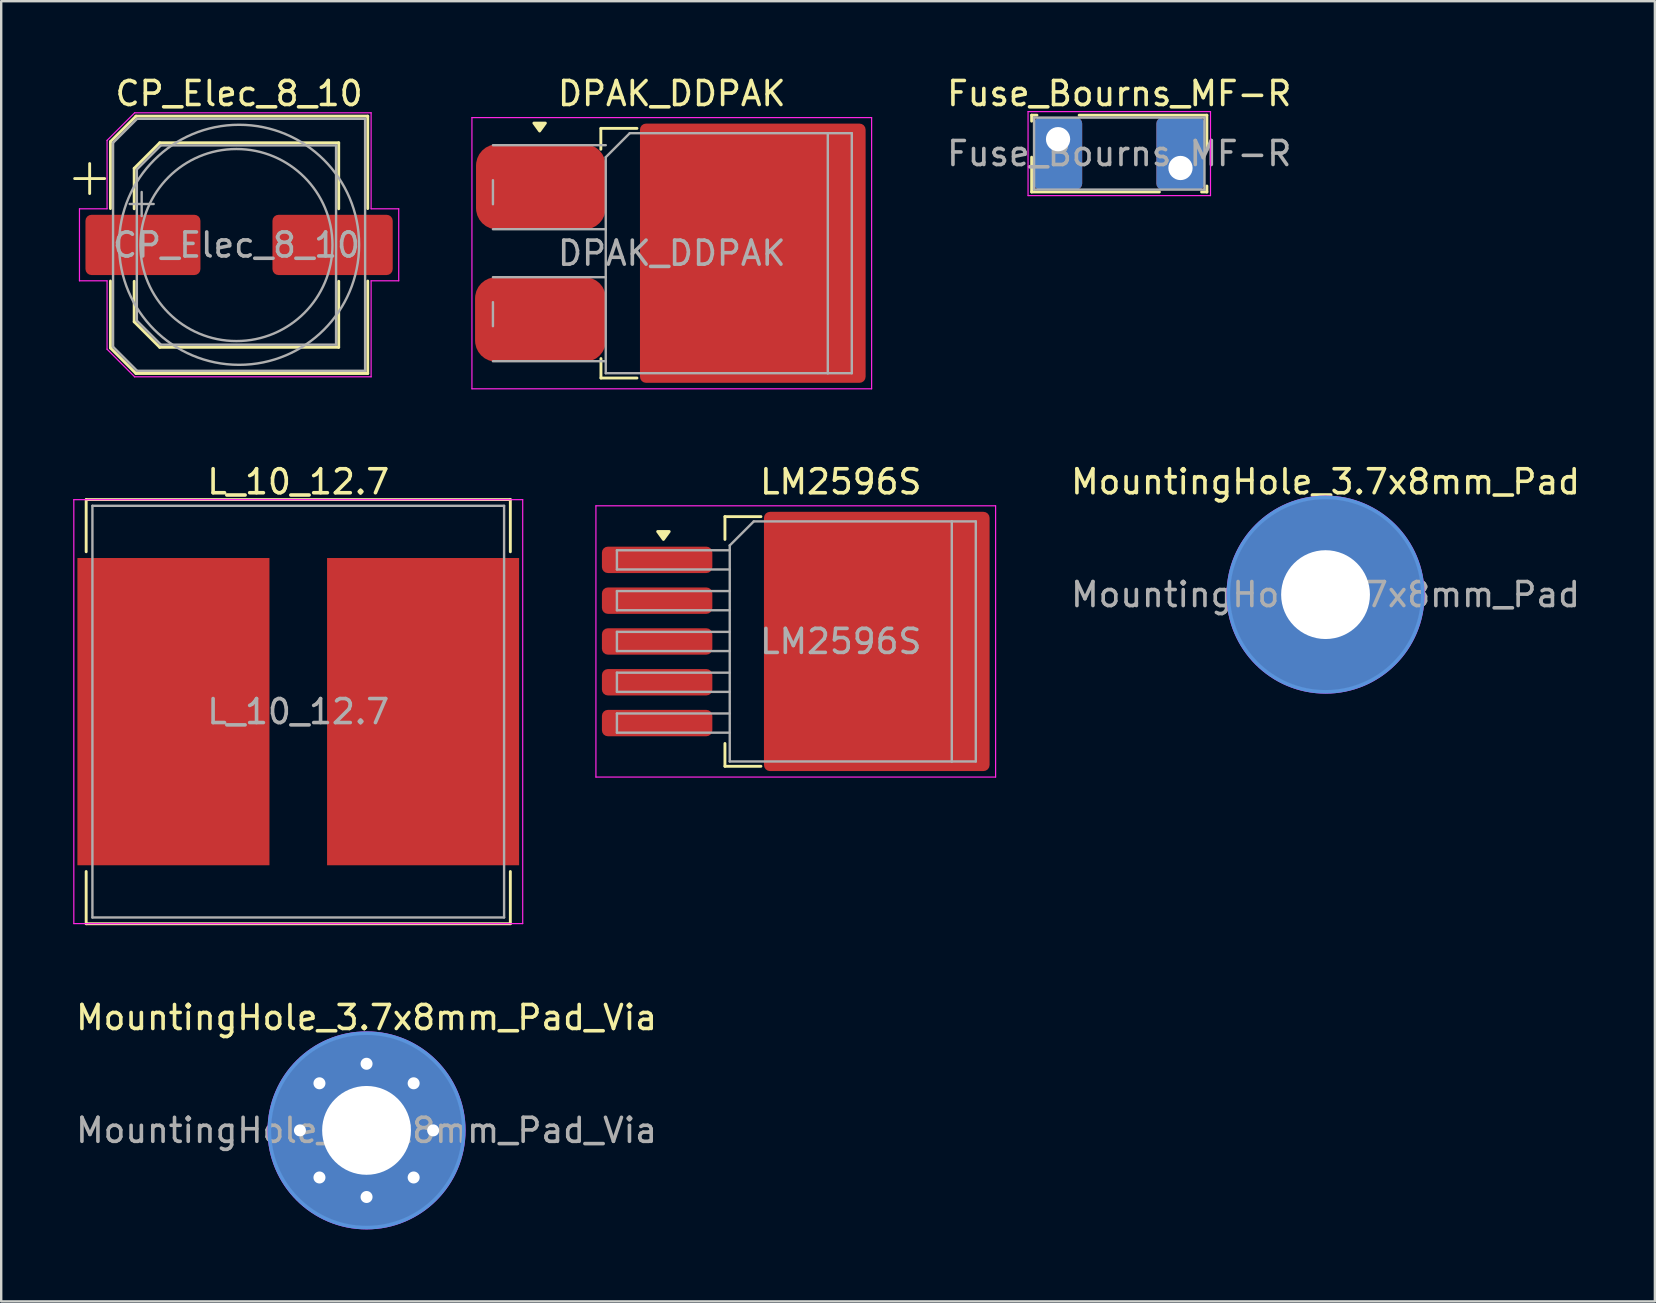
<source format=kicad_pcb>
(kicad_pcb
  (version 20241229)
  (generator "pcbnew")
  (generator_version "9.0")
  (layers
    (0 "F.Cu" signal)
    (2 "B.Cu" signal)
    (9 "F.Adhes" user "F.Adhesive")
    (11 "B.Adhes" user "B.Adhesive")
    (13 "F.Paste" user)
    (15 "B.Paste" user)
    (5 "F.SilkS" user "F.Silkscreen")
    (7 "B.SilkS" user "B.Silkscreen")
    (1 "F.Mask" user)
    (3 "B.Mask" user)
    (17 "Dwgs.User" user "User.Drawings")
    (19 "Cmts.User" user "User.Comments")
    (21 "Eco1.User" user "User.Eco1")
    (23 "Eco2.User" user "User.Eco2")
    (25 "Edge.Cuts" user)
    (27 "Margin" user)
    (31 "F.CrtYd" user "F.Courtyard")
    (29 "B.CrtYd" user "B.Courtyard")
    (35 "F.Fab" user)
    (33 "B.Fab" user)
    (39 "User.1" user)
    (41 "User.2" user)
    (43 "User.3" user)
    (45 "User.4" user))
  (footprint "LM2596S"
    (layer "F.Cu")
    (at 31.975 23.672)
    (property "Reference" "LM2596S" (at 0 -6.65 0) (layer "F.SilkS") (effects (font (size 1 1) (thickness 0.15))))
    (attr smd)
    (fp_line (start -4.825 -5.2) (end -4.825 -4.25) (stroke (width 0.12) (type solid)) (layer "F.SilkS"))
    (fp_line (start -4.825 5.2) (end -4.825 4.25) (stroke (width 0.12) (type solid)) (layer "F.SilkS"))
    (fp_line (start -3.325 -5.2) (end -4.825 -5.2) (stroke (width 0.12) (type solid)) (layer "F.SilkS"))
    (fp_line (start -3.325 5.2) (end -4.825 5.2) (stroke (width 0.12) (type solid)) (layer "F.SilkS"))
    (fp_poly (pts (xy -7.388 -4.25) (xy -7.628 -4.58) (xy -7.147 -4.58) (xy -7.388 -4.25)) (stroke (width 0.12) (type solid)) (fill yes) (layer "F.SilkS"))
    (fp_line (start -10.2 -5.65) (end -10.2 5.65) (stroke (width 0.05) (type solid)) (layer "F.CrtYd"))
    (fp_line (start -10.2 5.65) (end 6.45 5.65) (stroke (width 0.05) (type solid)) (layer "F.CrtYd"))
    (fp_line (start 6.45 -5.65) (end -10.2 -5.65) (stroke (width 0.05) (type solid)) (layer "F.CrtYd"))
    (fp_line (start 6.45 5.65) (end 6.45 -5.65) (stroke (width 0.05) (type solid)) (layer "F.CrtYd"))
    (fp_line (start -9.325 -3.8) (end -9.325 -3) (stroke (width 0.1) (type solid)) (layer "F.Fab"))
    (fp_line (start -9.325 -3) (end -4.625 -3) (stroke (width 0.1) (type solid)) (layer "F.Fab"))
    (fp_line (start -9.325 -2.1) (end -9.325 -1.3) (stroke (width 0.1) (type solid)) (layer "F.Fab"))
    (fp_line (start -9.325 -1.3) (end -4.625 -1.3) (stroke (width 0.1) (type solid)) (layer "F.Fab"))
    (fp_line (start -9.325 -0.4) (end -9.325 0.4) (stroke (width 0.1) (type solid)) (layer "F.Fab"))
    (fp_line (start -9.325 0.4) (end -4.625 0.4) (stroke (width 0.1) (type solid)) (layer "F.Fab"))
    (fp_line (start -9.325 1.3) (end -9.325 2.1) (stroke (width 0.1) (type solid)) (layer "F.Fab"))
    (fp_line (start -9.325 2.1) (end -4.625 2.1) (stroke (width 0.1) (type solid)) (layer "F.Fab"))
    (fp_line (start -9.325 3) (end -9.325 3.8) (stroke (width 0.1) (type solid)) (layer "F.Fab"))
    (fp_line (start -9.325 3.8) (end -4.625 3.8) (stroke (width 0.1) (type solid)) (layer "F.Fab"))
    (fp_line (start -4.625 -4) (end -3.625 -5) (stroke (width 0.1) (type solid)) (layer "F.Fab"))
    (fp_line (start -4.625 -3.8) (end -9.325 -3.8) (stroke (width 0.1) (type solid)) (layer "F.Fab"))
    (fp_line (start -4.625 -2.1) (end -9.325 -2.1) (stroke (width 0.1) (type solid)) (layer "F.Fab"))
    (fp_line (start -4.625 -0.4) (end -9.325 -0.4) (stroke (width 0.1) (type solid)) (layer "F.Fab"))
    (fp_line (start -4.625 1.3) (end -9.325 1.3) (stroke (width 0.1) (type solid)) (layer "F.Fab"))
    (fp_line (start -4.625 3) (end -9.325 3) (stroke (width 0.1) (type solid)) (layer "F.Fab"))
    (fp_line (start -4.625 5) (end -4.625 -4) (stroke (width 0.1) (type solid)) (layer "F.Fab"))
    (fp_line (start -3.625 -5) (end 4.625 -5) (stroke (width 0.1) (type solid)) (layer "F.Fab"))
    (fp_line (start 4.625 -5) (end 4.625 5) (stroke (width 0.1) (type solid)) (layer "F.Fab"))
    (fp_line (start 4.625 -5) (end 5.625 -5) (stroke (width 0.1) (type solid)) (layer "F.Fab"))
    (fp_line (start 4.625 5) (end -4.625 5) (stroke (width 0.1) (type solid)) (layer "F.Fab"))
    (fp_line (start 5.625 -5) (end 5.625 5) (stroke (width 0.1) (type solid)) (layer "F.Fab"))
    (fp_line (start 5.625 5) (end 4.625 5) (stroke (width 0.1) (type solid)) (layer "F.Fab"))
    (fp_text user "${REFERENCE}" (at 0 0 0) (layer "F.Fab") (effects (font (size 1 1) (thickness 0.15))))
    (pad "1" smd roundrect (at -7.65 -3.4) (size 4.6 1.1) (layers "F.Cu" "F.Mask" "F.Paste") (roundrect_rratio 0.227))
    (pad "2" smd roundrect (at -7.65 -1.7) (size 4.6 1.1) (layers "F.Cu" "F.Mask" "F.Paste") (roundrect_rratio 0.227))
    (pad "3" smd roundrect (at -7.65 0) (size 4.6 1.1) (layers "F.Cu" "F.Mask" "F.Paste") (roundrect_rratio 0.227))
    (pad "3" smd roundrect (at 1.5 0) (size 9.4 10.8) (layers "F.Cu" "F.Mask" "F.Paste") (roundrect_rratio 0.027))
    (pad "4" smd roundrect (at -7.65 1.7) (size 4.6 1.1) (layers "F.Cu" "F.Mask" "F.Paste") (roundrect_rratio 0.227))
    (pad "5" smd roundrect (at -7.65 3.4) (size 4.6 1.1) (layers "F.Cu" "F.Mask" "F.Paste") (roundrect_rratio 0.227)))
  (footprint "DPAK_DDPAK"
    (layer "F.Cu")
    (at 26.81 7.498)
    (property "Reference" "DPAK_DDPAK" (at -1.875 -6.65 180) (layer "F.SilkS") (effects (font (size 1 1) (thickness 0.15))))
    (attr smd)
    (fp_line (start -4.83 -5.2) (end -4.83 -4.33) (stroke (width 0.12) (type solid)) (layer "F.SilkS"))
    (fp_line (start -4.825 5.2) (end -4.825 4.39) (stroke (width 0.12) (type solid)) (layer "F.SilkS"))
    (fp_line (start -3.325 -5.2) (end -4.825 -5.2) (stroke (width 0.12) (type solid)) (layer "F.SilkS"))
    (fp_line (start -3.325 5.2) (end -4.825 5.2) (stroke (width 0.12) (type solid)) (layer "F.SilkS"))
    (fp_poly (pts (xy -7.38 -5.09) (xy -7.62 -5.42) (xy -7.14 -5.42) (xy -7.38 -5.09)) (stroke (width 0.12) (type solid)) (fill yes) (layer "F.SilkS"))
    (fp_line (start -10.2 -5.65) (end -10.2 5.65) (stroke (width 0.05) (type solid)) (layer "F.CrtYd"))
    (fp_line (start -10.2 5.65) (end 6.45 5.65) (stroke (width 0.05) (type solid)) (layer "F.CrtYd"))
    (fp_line (start 6.45 -5.65) (end -10.2 -5.65) (stroke (width 0.05) (type solid)) (layer "F.CrtYd"))
    (fp_line (start 6.45 5.65) (end 6.45 -5.65) (stroke (width 0.05) (type solid)) (layer "F.CrtYd"))
    (fp_line (start -9.325 -3.04) (end -9.325 -2.04) (stroke (width 0.1) (type solid)) (layer "F.Fab"))
    (fp_line (start -9.325 -1) (end -4.625 -1) (stroke (width 0.1) (type solid)) (layer "F.Fab"))
    (fp_line (start -9.325 2.04) (end -9.325 3.04) (stroke (width 0.1) (type solid)) (layer "F.Fab"))
    (fp_line (start -9.325 4.5) (end -4.625 4.5) (stroke (width 0.1) (type solid)) (layer "F.Fab"))
    (fp_line (start -4.625 -4.5) (end -9.325 -4.5) (stroke (width 0.1) (type solid)) (layer "F.Fab"))
    (fp_line (start -4.625 -4) (end -3.625 -5) (stroke (width 0.1) (type solid)) (layer "F.Fab"))
    (fp_line (start -4.625 1) (end -9.325 1) (stroke (width 0.1) (type solid)) (layer "F.Fab"))
    (fp_line (start -4.625 5) (end -4.625 -4) (stroke (width 0.1) (type solid)) (layer "F.Fab"))
    (fp_line (start -3.625 -5) (end 4.625 -5) (stroke (width 0.1) (type solid)) (layer "F.Fab"))
    (fp_line (start 4.625 -5) (end 4.625 5) (stroke (width 0.1) (type solid)) (layer "F.Fab"))
    (fp_line (start 4.625 -5) (end 5.625 -5) (stroke (width 0.1) (type solid)) (layer "F.Fab"))
    (fp_line (start 4.625 5) (end -4.625 5) (stroke (width 0.1) (type solid)) (layer "F.Fab"))
    (fp_line (start 5.625 -5) (end 5.625 5) (stroke (width 0.1) (type solid)) (layer "F.Fab"))
    (fp_line (start 5.625 5) (end 4.625 5) (stroke (width 0.1) (type solid)) (layer "F.Fab"))
    (fp_text user "${REFERENCE}" (at -1.875 0 180) (layer "F.Fab") (effects (font (size 1 1) (thickness 0.15))))
    (pad "" smd roundrect (at -0.925 -2.775) (size 4.55 5.25) (layers "F.Paste") (roundrect_rratio 0.055))
    (pad "" smd roundrect (at -0.925 2.775) (size 4.55 5.25) (layers "F.Paste") (roundrect_rratio 0.055))
    (pad "" smd roundrect (at 3.925 -2.775) (size 4.55 5.25) (layers "F.Paste") (roundrect_rratio 0.055))
    (pad "" smd roundrect (at 3.925 2.775) (size 4.55 5.25) (layers "F.Paste") (roundrect_rratio 0.055))
    (pad "1" smd roundrect (at -7.33 -2.765) (size 5.4 3.55) (layers "F.Cu" "F.Mask" "F.Paste") (roundrect_rratio 0.25))
    (pad "1" smd roundrect (at 1.5 0) (size 9.4 10.8) (layers "F.Cu" "F.Mask") (roundrect_rratio 0.027))
    (pad "2" smd roundrect (at -7.345 2.76) (size 5.45 3.52) (layers "F.Cu" "F.Mask" "F.Paste") (roundrect_rratio 0.25)))
  (footprint "CP_Elec_8_10"
    (layer "F.Cu")
    (at 6.91 7.148)
    (property "Reference" "CP_Elec_8_10" (at 0 -6.3 0) (layer "F.SilkS") (effects (font (size 1 1) (thickness 0.15))))
    (attr smd)
    (fp_line (start -6.85 -2.76) (end -5.6 -2.76) (stroke (width 0.12) (type solid)) (layer "F.SilkS"))
    (fp_line (start -6.225 -3.385) (end -6.225 -2.135) (stroke (width 0.12) (type solid)) (layer "F.SilkS"))
    (fp_line (start -5.36 -4.296) (end -5.36 -1.51) (stroke (width 0.12) (type solid)) (layer "F.SilkS"))
    (fp_line (start -5.36 -4.296) (end -4.296 -5.36) (stroke (width 0.12) (type solid)) (layer "F.SilkS"))
    (fp_line (start -5.36 4.296) (end -5.36 1.51) (stroke (width 0.12) (type solid)) (layer "F.SilkS"))
    (fp_line (start -5.36 4.296) (end -4.296 5.36) (stroke (width 0.12) (type solid)) (layer "F.SilkS"))
    (fp_line (start -4.37 -3.186) (end -4.37 -1.5) (stroke (width 0.12) (type solid)) (layer "F.SilkS"))
    (fp_line (start -4.37 -3.186) (end -3.306 -4.25) (stroke (width 0.12) (type solid)) (layer "F.SilkS"))
    (fp_line (start -4.37 3.206) (end -4.37 1.52) (stroke (width 0.12) (type solid)) (layer "F.SilkS"))
    (fp_line (start -4.37 3.206) (end -3.306 4.27) (stroke (width 0.12) (type solid)) (layer "F.SilkS"))
    (fp_line (start -4.296 -5.36) (end 5.36 -5.36) (stroke (width 0.12) (type solid)) (layer "F.SilkS"))
    (fp_line (start -4.296 5.36) (end 5.36 5.36) (stroke (width 0.12) (type solid)) (layer "F.SilkS"))
    (fp_line (start -3.306 -4.25) (end 4.15 -4.25) (stroke (width 0.12) (type solid)) (layer "F.SilkS"))
    (fp_line (start -3.306 4.27) (end 4.15 4.27) (stroke (width 0.12) (type solid)) (layer "F.SilkS"))
    (fp_line (start 4.15 -4.25) (end 4.15 -1.5) (stroke (width 0.12) (type solid)) (layer "F.SilkS"))
    (fp_line (start 4.15 4.27) (end 4.15 1.52) (stroke (width 0.12) (type solid)) (layer "F.SilkS"))
    (fp_line (start 5.36 -5.36) (end 5.36 -1.51) (stroke (width 0.12) (type solid)) (layer "F.SilkS"))
    (fp_line (start 5.36 5.36) (end 5.36 1.51) (stroke (width 0.12) (type solid)) (layer "F.SilkS"))
    (fp_line (start -6.65 -1.5) (end -6.65 1.5) (stroke (width 0.05) (type solid)) (layer "F.CrtYd"))
    (fp_line (start -6.65 1.5) (end -5.5 1.5) (stroke (width 0.05) (type solid)) (layer "F.CrtYd"))
    (fp_line (start -5.5 -4.35) (end -5.5 -1.5) (stroke (width 0.05) (type solid)) (layer "F.CrtYd"))
    (fp_line (start -5.5 -4.35) (end -4.35 -5.5) (stroke (width 0.05) (type solid)) (layer "F.CrtYd"))
    (fp_line (start -5.5 -1.5) (end -6.65 -1.5) (stroke (width 0.05) (type solid)) (layer "F.CrtYd"))
    (fp_line (start -5.5 1.5) (end -5.5 4.35) (stroke (width 0.05) (type solid)) (layer "F.CrtYd"))
    (fp_line (start -5.5 4.35) (end -4.35 5.5) (stroke (width 0.05) (type solid)) (layer "F.CrtYd"))
    (fp_line (start -4.35 -5.5) (end 5.5 -5.5) (stroke (width 0.05) (type solid)) (layer "F.CrtYd"))
    (fp_line (start -4.35 5.5) (end 5.5 5.5) (stroke (width 0.05) (type solid)) (layer "F.CrtYd"))
    (fp_line (start 5.5 -5.5) (end 5.5 -1.5) (stroke (width 0.05) (type solid)) (layer "F.CrtYd"))
    (fp_line (start 5.5 -1.5) (end 6.65 -1.5) (stroke (width 0.05) (type solid)) (layer "F.CrtYd"))
    (fp_line (start 5.5 1.5) (end 5.5 5.5) (stroke (width 0.05) (type solid)) (layer "F.CrtYd"))
    (fp_line (start 6.65 -1.5) (end 6.65 1.5) (stroke (width 0.05) (type solid)) (layer "F.CrtYd"))
    (fp_line (start 6.65 1.5) (end 5.5 1.5) (stroke (width 0.05) (type solid)) (layer "F.CrtYd"))
    (fp_line (start -5.25 -4.25) (end -5.25 4.25) (stroke (width 0.1) (type solid)) (layer "F.Fab"))
    (fp_line (start -5.25 -4.25) (end -4.25 -5.25) (stroke (width 0.1) (type solid)) (layer "F.Fab"))
    (fp_line (start -5.25 4.25) (end -4.25 5.25) (stroke (width 0.1) (type solid)) (layer "F.Fab"))
    (fp_line (start -4.558 -1.7) (end -3.558 -1.7) (stroke (width 0.1) (type solid)) (layer "F.Fab"))
    (fp_line (start -4.26 -3.14) (end -4.26 3.16) (stroke (width 0.1) (type solid)) (layer "F.Fab"))
    (fp_line (start -4.26 -3.14) (end -3.26 -4.14) (stroke (width 0.1) (type solid)) (layer "F.Fab"))
    (fp_line (start -4.26 3.16) (end -3.26 4.16) (stroke (width 0.1) (type solid)) (layer "F.Fab"))
    (fp_line (start -4.25 -5.25) (end 5.25 -5.25) (stroke (width 0.1) (type solid)) (layer "F.Fab"))
    (fp_line (start -4.25 5.25) (end 5.25 5.25) (stroke (width 0.1) (type solid)) (layer "F.Fab"))
    (fp_line (start -4.058 -2.2) (end -4.058 -1.2) (stroke (width 0.1) (type solid)) (layer "F.Fab"))
    (fp_line (start -3.26 -4.14) (end 4.04 -4.14) (stroke (width 0.1) (type solid)) (layer "F.Fab"))
    (fp_line (start -3.26 4.16) (end 4.04 4.16) (stroke (width 0.1) (type solid)) (layer "F.Fab"))
    (fp_line (start 4.04 -4.14) (end 4.04 4.16) (stroke (width 0.1) (type solid)) (layer "F.Fab"))
    (fp_line (start 5.25 -5.25) (end 5.25 5.25) (stroke (width 0.1) (type solid)) (layer "F.Fab"))
    (fp_circle (center -0.11 0.01) (end 3.89 0.01) (stroke (width 0.1) (type solid)) (fill no) (layer "F.Fab"))
    (fp_circle (center 0 0) (end 5 0) (stroke (width 0.1) (type solid)) (fill no) (layer "F.Fab"))
    (fp_text user "${REFERENCE}" (at -0.11 0.01 0) (layer "F.Fab") (effects (font (size 1 1) (thickness 0.15))))
    (pad "1" smd roundrect (at -4.005 0.005) (size 4.79 2.51) (layers "F.Cu" "F.Mask" "F.Paste") (roundrect_rratio 0.1))
    (pad "2" smd roundrect (at 3.895 0.005) (size 5.01 2.51) (layers "F.Cu" "F.Mask" "F.Paste") (roundrect_rratio 0.1)))
  (footprint "MountingHole_3.7x8mm_Pad"
    (layer "F.Cu")
    (at 52.17 21.721)
    (property "Reference" "MountingHole_3.7x8mm_Pad" (at 0 -4.7 0) (layer "F.SilkS") (effects (font (size 1 1) (thickness 0.15))))
    (attr exclude_from_pos_files exclude_from_bom)
    (fp_circle (center 0 0) (end 4.05 0) (stroke (width 0.15) (type solid)) (fill no) (layer "Cmts.User"))
    (fp_circle (center 0 0) (end 4.1 0) (stroke (width 0.05) (type solid)) (fill no) (layer "F.CrtYd"))
    (fp_text user "${REFERENCE}" (at 0 0 0) (layer "F.Fab") (effects (font (size 1 1) (thickness 0.15))))
    (pad "1" thru_hole circle (at 0 0) (size 8 8) (drill 3.7) (layers "*.Cu" "*.Mask")))
  (footprint "L_10_12.7"
    (layer "F.Cu")
    (at 9.375 26.596)
    (property "Reference" "L_10_12.7" (at 0 -9.575 0) (layer "F.SilkS") (effects (font (size 1 1) (thickness 0.15))))
    (attr smd)
    (fp_line (start -8.835 -8.835) (end -8.835 -6.66) (stroke (width 0.12) (type solid)) (layer "F.SilkS"))
    (fp_line (start -8.835 -8.835) (end 8.835 -8.835) (stroke (width 0.12) (type solid)) (layer "F.SilkS"))
    (fp_line (start -8.835 8.835) (end -8.835 6.66) (stroke (width 0.12) (type solid)) (layer "F.SilkS"))
    (fp_line (start -8.835 8.835) (end 8.835 8.835) (stroke (width 0.12) (type solid)) (layer "F.SilkS"))
    (fp_line (start 8.835 -8.835) (end 8.835 -6.66) (stroke (width 0.12) (type solid)) (layer "F.SilkS"))
    (fp_line (start 8.835 8.835) (end 8.835 6.66) (stroke (width 0.12) (type solid)) (layer "F.SilkS"))
    (fp_line (start -9.35 -8.83) (end -9.35 8.83) (stroke (width 0.05) (type solid)) (layer "F.CrtYd"))
    (fp_line (start -9.35 8.83) (end 9.35 8.83) (stroke (width 0.05) (type solid)) (layer "F.CrtYd"))
    (fp_line (start 9.35 -8.83) (end -9.35 -8.83) (stroke (width 0.05) (type solid)) (layer "F.CrtYd"))
    (fp_line (start 9.35 8.83) (end 9.35 -8.83) (stroke (width 0.05) (type solid)) (layer "F.CrtYd"))
    (fp_line (start -8.575 -8.575) (end -8.575 8.575) (stroke (width 0.1) (type solid)) (layer "F.Fab"))
    (fp_line (start -8.575 8.575) (end 8.575 8.575) (stroke (width 0.1) (type solid)) (layer "F.Fab"))
    (fp_line (start 8.575 -8.575) (end -8.575 -8.575) (stroke (width 0.1) (type solid)) (layer "F.Fab"))
    (fp_line (start 8.575 8.575) (end 8.575 -8.575) (stroke (width 0.1) (type solid)) (layer "F.Fab"))
    (fp_text user "${REFERENCE}" (at 0 0 0) (layer "F.Fab") (effects (font (size 1 1) (thickness 0.15))))
    (pad "1" smd rect (at -5.2 0) (size 8 12.8) (layers "F.Cu" "F.Mask" "F.Paste"))
    (pad "2" smd rect (at 5.2 0) (size 8 12.8) (layers "F.Cu" "F.Mask" "F.Paste")))
  (footprint "Fuse_Bourns_MF-R"
    (layer "F.Cu")
    (at 41.027 2.748)
    (property "Reference" "Fuse_Bourns_MF-R" (at 2.55 -1.9 180) (layer "F.SilkS") (effects (font (size 1 1) (thickness 0.15))))
    (attr through_hole)
    (fp_line (start -1.1 -1) (end -1.1 -0.75) (stroke (width 0.12) (type solid)) (layer "F.SilkS"))
    (fp_line (start -1.1 -1) (end -0.879 -1) (stroke (width 0.12) (type solid)) (layer "F.SilkS"))
    (fp_line (start -1.1 0.75) (end -1.1 2.2) (stroke (width 0.12) (type solid)) (layer "F.SilkS"))
    (fp_line (start -1.1 2.2) (end 4.222 2.2) (stroke (width 0.12) (type solid)) (layer "F.SilkS"))
    (fp_line (start 0.879 -1) (end 6.2 -1) (stroke (width 0.12) (type solid)) (layer "F.SilkS"))
    (fp_line (start 5.979 2.2) (end 6.2 2.2) (stroke (width 0.12) (type solid)) (layer "F.SilkS"))
    (fp_line (start 6.2 -1) (end 6.2 0.451) (stroke (width 0.12) (type solid)) (layer "F.SilkS"))
    (fp_line (start 6.2 1.95) (end 6.2 2.2) (stroke (width 0.12) (type solid)) (layer "F.SilkS"))
    (fp_line (start -1.25 -1.15) (end -1.25 2.35) (stroke (width 0.05) (type solid)) (layer "F.CrtYd"))
    (fp_line (start -1.25 2.35) (end 6.35 2.35) (stroke (width 0.05) (type solid)) (layer "F.CrtYd"))
    (fp_line (start 6.35 -1.15) (end -1.25 -1.15) (stroke (width 0.05) (type solid)) (layer "F.CrtYd"))
    (fp_line (start 6.35 2.35) (end 6.35 -1.15) (stroke (width 0.05) (type solid)) (layer "F.CrtYd"))
    (fp_line (start -1 -0.9) (end -1 2.1) (stroke (width 0.1) (type solid)) (layer "F.Fab"))
    (fp_line (start -1 2.1) (end 6.1 2.1) (stroke (width 0.1) (type solid)) (layer "F.Fab"))
    (fp_line (start 6.1 -0.9) (end -1 -0.9) (stroke (width 0.1) (type solid)) (layer "F.Fab"))
    (fp_line (start 6.1 2.1) (end 6.1 -0.9) (stroke (width 0.1) (type solid)) (layer "F.Fab"))
    (fp_text user "${REFERENCE}" (at 2.55 0.6 180) (layer "F.Fab") (effects (font (size 1 1) (thickness 0.15))))
    (pad "1" thru_hole roundrect (at 0 0) (size 2.01 3) (drill 1.01 (offset 0 0.6)) (layers "*.Cu" "*.Mask") (roundrect_rratio 0.124))
    (pad "2" thru_hole roundrect (at 5.1 1.2) (size 2.01 3) (drill 1.01 (offset 0 -0.6)) (layers "*.Cu" "*.Mask") (roundrect_rratio 0.124)))
  (footprint "MountingHole_3.7x8mm_Pad_Via"
    (layer "F.Cu")
    (at 12.22 44.04)
    (property "Reference" "MountingHole_3.7x8mm_Pad_Via" (at 0 -4.7 0) (layer "F.SilkS") (effects (font (size 1 1) (thickness 0.15))))
    (attr exclude_from_pos_files exclude_from_bom)
    (fp_circle (center 0 0) (end 4.05 0) (stroke (width 0.15) (type solid)) (fill no) (layer "Cmts.User"))
    (fp_circle (center 0 0) (end 4.1 0) (stroke (width 0.05) (type solid)) (fill no) (layer "F.CrtYd"))
    (fp_text user "${REFERENCE}" (at 0 0 0) (layer "F.Fab") (effects (font (size 1 1) (thickness 0.15))))
    (pad "1" thru_hole circle (at -2.775 0) (size 0.8 0.8) (drill 0.5) (layers "*.Cu" "*.Mask"))
    (pad "1" thru_hole circle (at -1.962 -1.962) (size 0.8 0.8) (drill 0.5) (layers "*.Cu" "*.Mask"))
    (pad "1" thru_hole circle (at -1.962 1.962) (size 0.8 0.8) (drill 0.5) (layers "*.Cu" "*.Mask"))
    (pad "1" thru_hole circle (at 0 -2.775) (size 0.8 0.8) (drill 0.5) (layers "*.Cu" "*.Mask"))
    (pad "1" thru_hole circle (at 0 0) (size 8 8) (drill 3.7) (layers "*.Cu" "*.Mask"))
    (pad "1" thru_hole circle (at 0 2.775) (size 0.8 0.8) (drill 0.5) (layers "*.Cu" "*.Mask"))
    (pad "1" thru_hole circle (at 1.962 -1.962) (size 0.8 0.8) (drill 0.5) (layers "*.Cu" "*.Mask"))
    (pad "1" thru_hole circle (at 1.962 1.962) (size 0.8 0.8) (drill 0.5) (layers "*.Cu" "*.Mask"))
    (pad "1" thru_hole circle (at 2.775 0) (size 0.8 0.8) (drill 0.5) (layers "*.Cu" "*.Mask")))
  (gr_rect
    (start -3 -3)
    (end 65.89 51.165)
    (stroke (width 0.1) (type default))
    (fill no)
    (layer "Edge.Cuts")))
</source>
